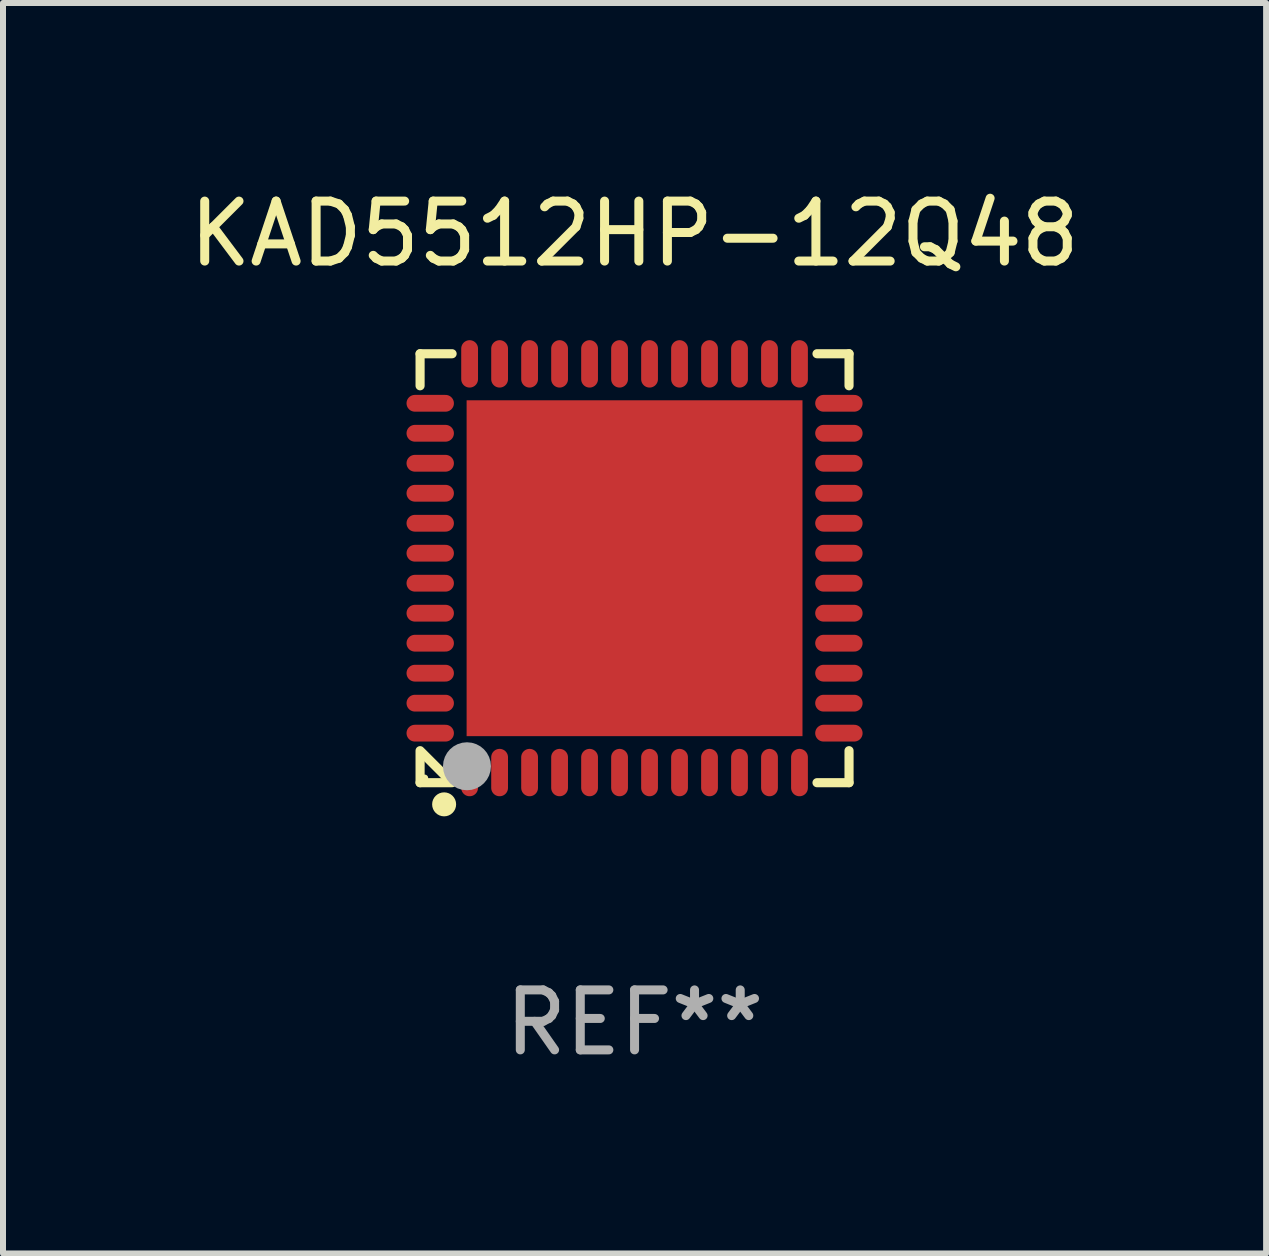
<source format=kicad_pcb>
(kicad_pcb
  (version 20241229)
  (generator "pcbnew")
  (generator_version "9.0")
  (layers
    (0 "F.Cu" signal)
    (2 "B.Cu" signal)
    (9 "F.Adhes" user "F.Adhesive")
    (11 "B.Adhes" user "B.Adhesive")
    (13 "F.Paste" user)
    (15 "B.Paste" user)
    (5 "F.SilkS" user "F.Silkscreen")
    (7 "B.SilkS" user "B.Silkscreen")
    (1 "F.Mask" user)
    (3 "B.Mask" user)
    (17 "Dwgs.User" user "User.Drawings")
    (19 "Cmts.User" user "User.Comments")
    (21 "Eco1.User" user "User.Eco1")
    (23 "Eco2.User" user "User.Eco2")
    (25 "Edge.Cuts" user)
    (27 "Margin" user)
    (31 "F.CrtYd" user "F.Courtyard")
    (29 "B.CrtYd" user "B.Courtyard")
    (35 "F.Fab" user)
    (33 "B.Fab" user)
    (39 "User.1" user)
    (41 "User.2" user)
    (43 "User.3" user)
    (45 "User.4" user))
  (footprint "KAD5512HP-12Q48"
    (layer "F.Cu")
    (at 7.53 6.424)
    (property "Reference" "KAD5512HP-12Q48" (at 0 -5.576 0) (layer "F.SilkS") (effects (font (size 1 1) (thickness 0.15))))
    (attr through_hole)
    (fp_line (start -3.576 -3.576) (end -3.576 -3.042) (stroke (width 0.152) (type solid)) (layer "F.SilkS"))
    (fp_line (start -3.576 3.576) (end -3.576 3.042) (stroke (width 0.152) (type solid)) (layer "F.SilkS"))
    (fp_line (start -3.069 3.549) (end -3.549 3.069) (stroke (width 0.152) (type solid)) (layer "F.SilkS"))
    (fp_line (start -3.042 -3.576) (end -3.576 -3.576) (stroke (width 0.152) (type solid)) (layer "F.SilkS"))
    (fp_line (start -3.042 3.576) (end -3.576 3.576) (stroke (width 0.152) (type solid)) (layer "F.SilkS"))
    (fp_line (start 3.042 -3.576) (end 3.576 -3.576) (stroke (width 0.152) (type solid)) (layer "F.SilkS"))
    (fp_line (start 3.042 3.576) (end 3.576 3.576) (stroke (width 0.152) (type solid)) (layer "F.SilkS"))
    (fp_line (start 3.576 -3.576) (end 3.576 -3.042) (stroke (width 0.152) (type solid)) (layer "F.SilkS"))
    (fp_line (start 3.576 3.576) (end 3.576 3.042) (stroke (width 0.152) (type solid)) (layer "F.SilkS"))
    (fp_circle (center -3.5 3.5) (end -3.47 3.5) (stroke (width 0.06) (type solid)) (fill no) (layer "F.SilkS"))
    (fp_circle (center -3.175 3.937) (end -3.075 3.937) (stroke (width 0.2) (type solid)) (fill no) (layer "F.SilkS"))
    (fp_circle (center -2.794 3.302) (end -2.594 3.302) (stroke (width 0.4) (type solid)) (fill no) (layer "F.Fab"))
    (fp_text user "REF**" (at 0 7.576 0) (layer "F.Fab") (effects (font (size 1 1) (thickness 0.15))))
    (pad "1" smd oval (at -2.75 3.407) (size 0.28 0.79) (layers "F.Cu" "F.Mask" "F.Paste"))
    (pad "2" smd oval (at -2.25 3.407) (size 0.28 0.79) (layers "F.Cu" "F.Mask" "F.Paste"))
    (pad "3" smd oval (at -1.75 3.407) (size 0.28 0.79) (layers "F.Cu" "F.Mask" "F.Paste"))
    (pad "4" smd oval (at -1.25 3.407) (size 0.28 0.79) (layers "F.Cu" "F.Mask" "F.Paste"))
    (pad "5" smd oval (at -0.75 3.407) (size 0.28 0.79) (layers "F.Cu" "F.Mask" "F.Paste"))
    (pad "6" smd oval (at -0.25 3.407) (size 0.28 0.79) (layers "F.Cu" "F.Mask" "F.Paste"))
    (pad "7" smd oval (at 0.25 3.407) (size 0.28 0.79) (layers "F.Cu" "F.Mask" "F.Paste"))
    (pad "8" smd oval (at 0.75 3.407) (size 0.28 0.79) (layers "F.Cu" "F.Mask" "F.Paste"))
    (pad "9" smd oval (at 1.25 3.407) (size 0.28 0.79) (layers "F.Cu" "F.Mask" "F.Paste"))
    (pad "10" smd oval (at 1.75 3.407) (size 0.28 0.79) (layers "F.Cu" "F.Mask" "F.Paste"))
    (pad "11" smd oval (at 2.25 3.407) (size 0.28 0.79) (layers "F.Cu" "F.Mask" "F.Paste"))
    (pad "12" smd oval (at 2.75 3.407) (size 0.28 0.79) (layers "F.Cu" "F.Mask" "F.Paste"))
    (pad "13" smd oval (at 3.407 2.75) (size 0.79 0.28) (layers "F.Cu" "F.Mask" "F.Paste"))
    (pad "14" smd oval (at 3.407 2.25) (size 0.79 0.28) (layers "F.Cu" "F.Mask" "F.Paste"))
    (pad "15" smd oval (at 3.407 1.75) (size 0.79 0.28) (layers "F.Cu" "F.Mask" "F.Paste"))
    (pad "16" smd oval (at 3.407 1.25) (size 0.79 0.28) (layers "F.Cu" "F.Mask" "F.Paste"))
    (pad "17" smd oval (at 3.407 0.75) (size 0.79 0.28) (layers "F.Cu" "F.Mask" "F.Paste"))
    (pad "18" smd oval (at 3.407 0.25) (size 0.79 0.28) (layers "F.Cu" "F.Mask" "F.Paste"))
    (pad "19" smd oval (at 3.407 -0.25) (size 0.79 0.28) (layers "F.Cu" "F.Mask" "F.Paste"))
    (pad "20" smd oval (at 3.407 -0.75) (size 0.79 0.28) (layers "F.Cu" "F.Mask" "F.Paste"))
    (pad "21" smd oval (at 3.407 -1.25) (size 0.79 0.28) (layers "F.Cu" "F.Mask" "F.Paste"))
    (pad "22" smd oval (at 3.407 -1.75) (size 0.79 0.28) (layers "F.Cu" "F.Mask" "F.Paste"))
    (pad "23" smd oval (at 3.407 -2.25) (size 0.79 0.28) (layers "F.Cu" "F.Mask" "F.Paste"))
    (pad "24" smd oval (at 3.407 -2.75) (size 0.79 0.28) (layers "F.Cu" "F.Mask" "F.Paste"))
    (pad "25" smd oval (at 2.75 -3.407) (size 0.28 0.79) (layers "F.Cu" "F.Mask" "F.Paste"))
    (pad "26" smd oval (at 2.25 -3.407) (size 0.28 0.79) (layers "F.Cu" "F.Mask" "F.Paste"))
    (pad "27" smd oval (at 1.75 -3.407) (size 0.28 0.79) (layers "F.Cu" "F.Mask" "F.Paste"))
    (pad "28" smd oval (at 1.25 -3.407) (size 0.28 0.79) (layers "F.Cu" "F.Mask" "F.Paste"))
    (pad "29" smd oval (at 0.75 -3.407) (size 0.28 0.79) (layers "F.Cu" "F.Mask" "F.Paste"))
    (pad "30" smd oval (at 0.25 -3.407) (size 0.28 0.79) (layers "F.Cu" "F.Mask" "F.Paste"))
    (pad "31" smd oval (at -0.25 -3.407) (size 0.28 0.79) (layers "F.Cu" "F.Mask" "F.Paste"))
    (pad "32" smd oval (at -0.75 -3.407) (size 0.28 0.79) (layers "F.Cu" "F.Mask" "F.Paste"))
    (pad "33" smd oval (at -1.25 -3.407) (size 0.28 0.79) (layers "F.Cu" "F.Mask" "F.Paste"))
    (pad "34" smd oval (at -1.75 -3.407) (size 0.28 0.79) (layers "F.Cu" "F.Mask" "F.Paste"))
    (pad "35" smd oval (at -2.25 -3.407) (size 0.28 0.79) (layers "F.Cu" "F.Mask" "F.Paste"))
    (pad "36" smd oval (at -2.75 -3.407) (size 0.28 0.79) (layers "F.Cu" "F.Mask" "F.Paste"))
    (pad "37" smd oval (at -3.407 -2.75) (size 0.79 0.28) (layers "F.Cu" "F.Mask" "F.Paste"))
    (pad "38" smd oval (at -3.407 -2.25) (size 0.79 0.28) (layers "F.Cu" "F.Mask" "F.Paste"))
    (pad "39" smd oval (at -3.407 -1.75) (size 0.79 0.28) (layers "F.Cu" "F.Mask" "F.Paste"))
    (pad "40" smd oval (at -3.407 -1.25) (size 0.79 0.28) (layers "F.Cu" "F.Mask" "F.Paste"))
    (pad "41" smd oval (at -3.407 -0.75) (size 0.79 0.28) (layers "F.Cu" "F.Mask" "F.Paste"))
    (pad "42" smd oval (at -3.407 -0.25) (size 0.79 0.28) (layers "F.Cu" "F.Mask" "F.Paste"))
    (pad "43" smd oval (at -3.407 0.25) (size 0.79 0.28) (layers "F.Cu" "F.Mask" "F.Paste"))
    (pad "44" smd oval (at -3.407 0.75) (size 0.79 0.28) (layers "F.Cu" "F.Mask" "F.Paste"))
    (pad "45" smd oval (at -3.407 1.25) (size 0.79 0.28) (layers "F.Cu" "F.Mask" "F.Paste"))
    (pad "46" smd oval (at -3.407 1.75) (size 0.79 0.28) (layers "F.Cu" "F.Mask" "F.Paste"))
    (pad "47" smd oval (at -3.407 2.25) (size 0.79 0.28) (layers "F.Cu" "F.Mask" "F.Paste"))
    (pad "48" smd oval (at -3.407 2.75) (size 0.79 0.28) (layers "F.Cu" "F.Mask" "F.Paste"))
    (pad "49" smd rect (at 0 0) (size 5.6 5.6) (layers "F.Cu" "F.Mask" "F.Paste")))
  (gr_rect
    (start -3 -3)
    (end 18.06 17.849)
    (stroke (width 0.1) (type default))
    (fill no)
    (layer "Edge.Cuts")))
</source>
